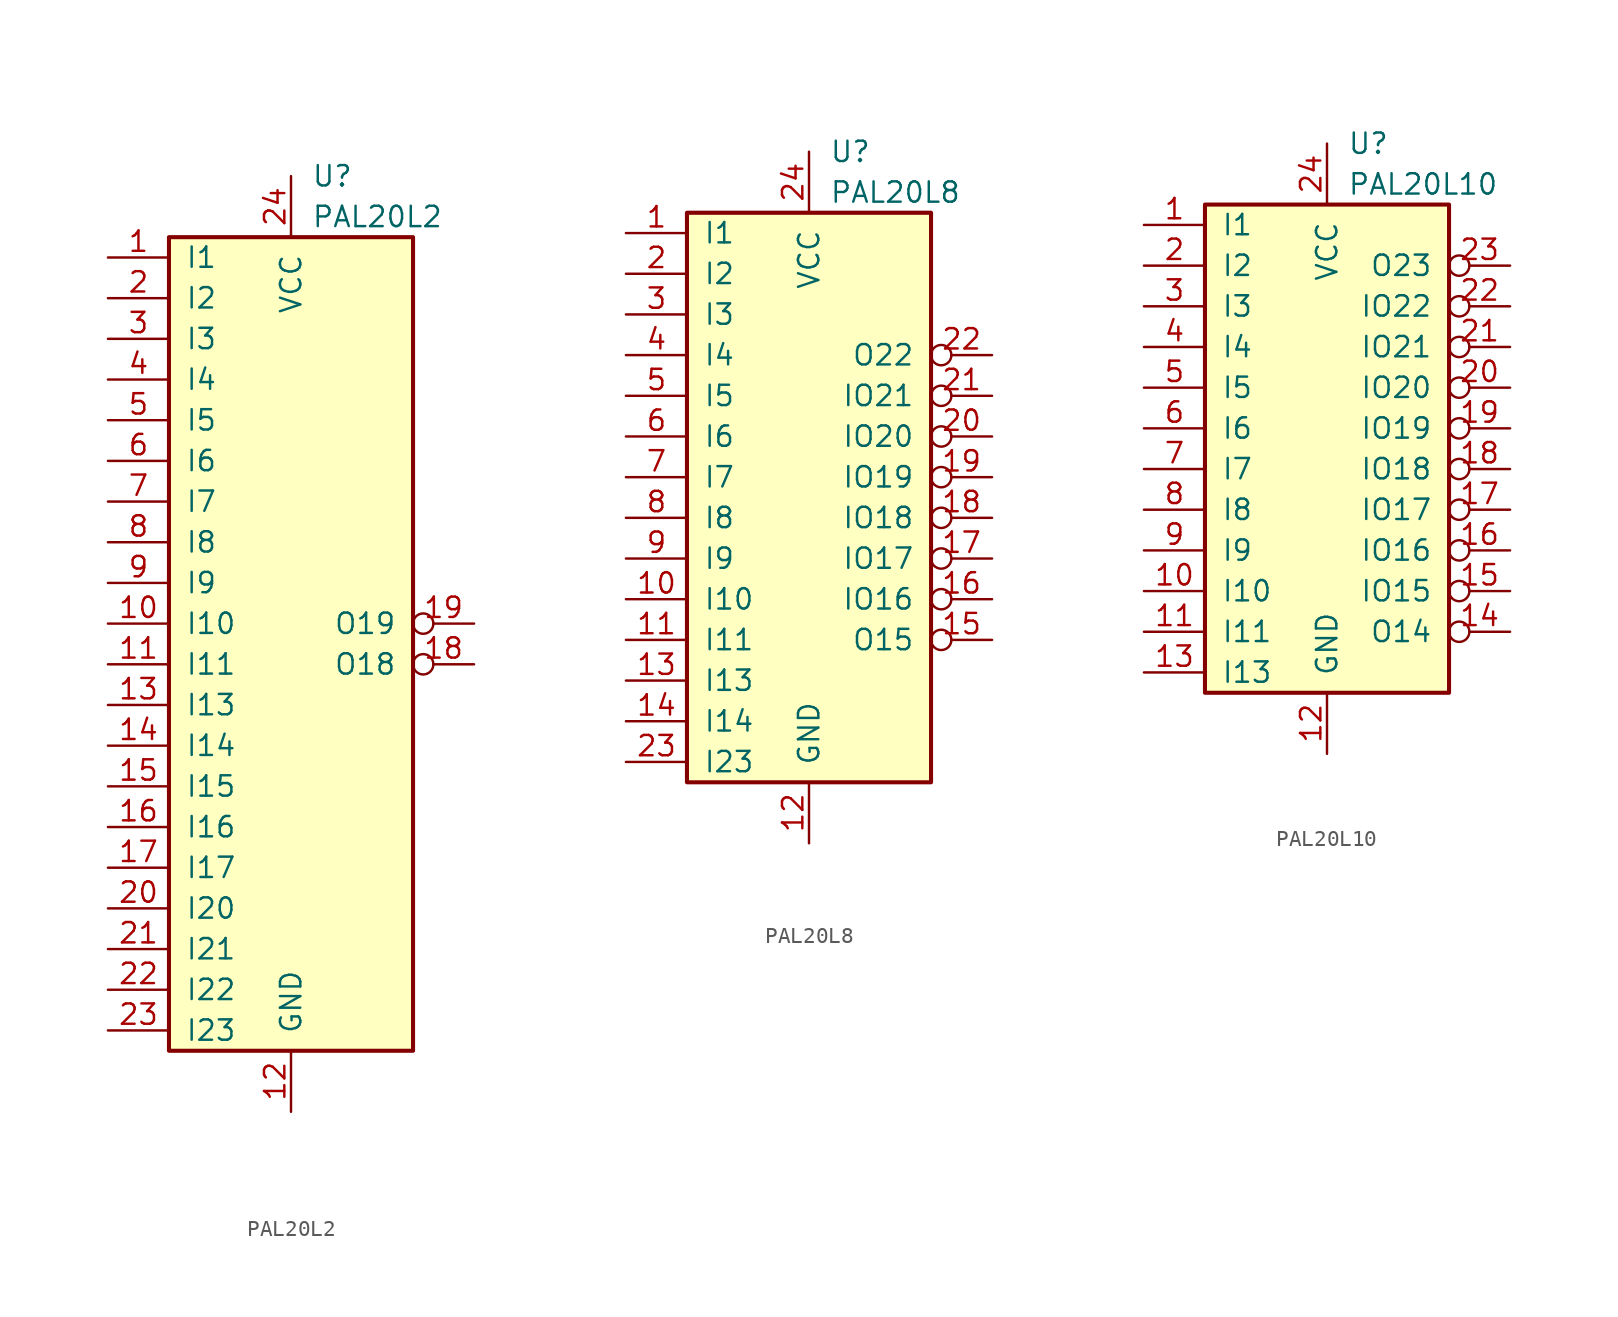
<source format=kicad_sym>
(kicad_symbol_lib
  (version 20220914)
  (generator kicad_symbol_editor)
  (symbol "PAL20L2"
    (pin_names
      (offset 1.016))
    (property "Reference" "U"
      (at 1.27 29.21 0)
      (do_not_autoplace)
      (effects (font (size 1.27 1.27)) (justify left)))
    (property "Value" "PAL20L2"
      (at 1.27 26.67 0)
      (do_not_autoplace)
      (effects (font (size 1.27 1.27)) (justify left)))
    (symbol "PAL20L2_0_0"
      (pin power_in line (at 0 -29.21 90) (length 3.81) (name "GND" (effects (font (size 1.27 1.27)))) (number "12" (effects (font (size 1.27 1.27)))))
      (pin power_in line (at 0 29.21 270) (length 3.81) (name "VCC" (effects (font (size 1.27 1.27)))) (number "24" (effects (font (size 1.27 1.27))))))
    (symbol "PAL20L2_0_1"
      (rectangle (start -7.62 25.4) (end 7.62 -25.4) (stroke (width 0.254) (type default)) (fill (type background))))
    (symbol "PAL20L2_1_1"
      (pin input line (at -11.43 24.13 0) (length 3.81) (name "I1" (effects (font (size 1.27 1.27)))) (number "1" (effects (font (size 1.27 1.27)))))
      (pin input line (at -11.43 1.27 0) (length 3.81) (name "I10" (effects (font (size 1.27 1.27)))) (number "10" (effects (font (size 1.27 1.27)))))
      (pin input line (at -11.43 -1.27 0) (length 3.81) (name "I11" (effects (font (size 1.27 1.27)))) (number "11" (effects (font (size 1.27 1.27)))))
      (pin input line (at -11.43 -3.81 0) (length 3.81) (name "I13" (effects (font (size 1.27 1.27)))) (number "13" (effects (font (size 1.27 1.27)))))
      (pin input line (at -11.43 -6.35 0) (length 3.81) (name "I14" (effects (font (size 1.27 1.27)))) (number "14" (effects (font (size 1.27 1.27)))))
      (pin input line (at -11.43 -8.89 0) (length 3.81) (name "I15" (effects (font (size 1.27 1.27)))) (number "15" (effects (font (size 1.27 1.27)))))
      (pin input line (at -11.43 -11.43 0) (length 3.81) (name "I16" (effects (font (size 1.27 1.27)))) (number "16" (effects (font (size 1.27 1.27)))))
      (pin input line (at -11.43 -13.97 0) (length 3.81) (name "I17" (effects (font (size 1.27 1.27)))) (number "17" (effects (font (size 1.27 1.27)))))
      (pin output inverted (at 11.43 -1.27 180) (length 3.81) (name "O18" (effects (font (size 1.27 1.27)))) (number "18" (effects (font (size 1.27 1.27)))))
      (pin output inverted (at 11.43 1.27 180) (length 3.81) (name "O19" (effects (font (size 1.27 1.27)))) (number "19" (effects (font (size 1.27 1.27)))))
      (pin input line (at -11.43 21.59 0) (length 3.81) (name "I2" (effects (font (size 1.27 1.27)))) (number "2" (effects (font (size 1.27 1.27)))))
      (pin input line (at -11.43 -16.51 0) (length 3.81) (name "I20" (effects (font (size 1.27 1.27)))) (number "20" (effects (font (size 1.27 1.27)))))
      (pin input line (at -11.43 -19.05 0) (length 3.81) (name "I21" (effects (font (size 1.27 1.27)))) (number "21" (effects (font (size 1.27 1.27)))))
      (pin input line (at -11.43 -21.59 0) (length 3.81) (name "I22" (effects (font (size 1.27 1.27)))) (number "22" (effects (font (size 1.27 1.27)))))
      (pin input line (at -11.43 -24.13 0) (length 3.81) (name "I23" (effects (font (size 1.27 1.27)))) (number "23" (effects (font (size 1.27 1.27)))))
      (pin input line (at -11.43 19.05 0) (length 3.81) (name "I3" (effects (font (size 1.27 1.27)))) (number "3" (effects (font (size 1.27 1.27)))))
      (pin input line (at -11.43 16.51 0) (length 3.81) (name "I4" (effects (font (size 1.27 1.27)))) (number "4" (effects (font (size 1.27 1.27)))))
      (pin input line (at -11.43 13.97 0) (length 3.81) (name "I5" (effects (font (size 1.27 1.27)))) (number "5" (effects (font (size 1.27 1.27)))))
      (pin input line (at -11.43 11.43 0) (length 3.81) (name "I6" (effects (font (size 1.27 1.27)))) (number "6" (effects (font (size 1.27 1.27)))))
      (pin input line (at -11.43 8.89 0) (length 3.81) (name "I7" (effects (font (size 1.27 1.27)))) (number "7" (effects (font (size 1.27 1.27)))))
      (pin input line (at -11.43 6.35 0) (length 3.81) (name "I8" (effects (font (size 1.27 1.27)))) (number "8" (effects (font (size 1.27 1.27)))))
      (pin input line (at -11.43 3.81 0) (length 3.81) (name "I9" (effects (font (size 1.27 1.27)))) (number "9" (effects (font (size 1.27 1.27)))))))
  (symbol "PAL20L8"
    (pin_names
      (offset 1.016))
    (property "Reference" "U"
      (at 1.27 21.59 0)
      (do_not_autoplace)
      (effects (font (size 1.27 1.27)) (justify left)))
    (property "Value" "PAL20L8"
      (at 1.27 19.05 0)
      (do_not_autoplace)
      (effects (font (size 1.27 1.27)) (justify left)))
    (symbol "PAL20L8_0_0"
      (pin power_in line (at 0 -21.59 90) (length 3.81) (name "GND" (effects (font (size 1.27 1.27)))) (number "12" (effects (font (size 1.27 1.27)))))
      (pin power_in line (at 0 21.59 270) (length 3.81) (name "VCC" (effects (font (size 1.27 1.27)))) (number "24" (effects (font (size 1.27 1.27))))))
    (symbol "PAL20L8_0_1"
      (rectangle (start -7.62 17.78) (end 7.62 -17.78) (stroke (width 0.254) (type default)) (fill (type background))))
    (symbol "PAL20L8_1_1"
      (pin input line (at -11.43 16.51 0) (length 3.81) (name "I1" (effects (font (size 1.27 1.27)))) (number "1" (effects (font (size 1.27 1.27)))))
      (pin input line (at -11.43 -6.35 0) (length 3.81) (name "I10" (effects (font (size 1.27 1.27)))) (number "10" (effects (font (size 1.27 1.27)))))
      (pin input line (at -11.43 -8.89 0) (length 3.81) (name "I11" (effects (font (size 1.27 1.27)))) (number "11" (effects (font (size 1.27 1.27)))))
      (pin input line (at -11.43 -11.43 0) (length 3.81) (name "I13" (effects (font (size 1.27 1.27)))) (number "13" (effects (font (size 1.27 1.27)))))
      (pin input line (at -11.43 -13.97 0) (length 3.81) (name "I14" (effects (font (size 1.27 1.27)))) (number "14" (effects (font (size 1.27 1.27)))))
      (pin output inverted (at 11.43 -8.89 180) (length 3.81) (name "O15" (effects (font (size 1.27 1.27)))) (number "15" (effects (font (size 1.27 1.27)))))
      (pin tri_state inverted (at 11.43 -6.35 180) (length 3.81) (name "IO16" (effects (font (size 1.27 1.27)))) (number "16" (effects (font (size 1.27 1.27)))))
      (pin tri_state inverted (at 11.43 -3.81 180) (length 3.81) (name "IO17" (effects (font (size 1.27 1.27)))) (number "17" (effects (font (size 1.27 1.27)))))
      (pin tri_state inverted (at 11.43 -1.27 180) (length 3.81) (name "IO18" (effects (font (size 1.27 1.27)))) (number "18" (effects (font (size 1.27 1.27)))))
      (pin tri_state inverted (at 11.43 1.27 180) (length 3.81) (name "IO19" (effects (font (size 1.27 1.27)))) (number "19" (effects (font (size 1.27 1.27)))))
      (pin input line (at -11.43 13.97 0) (length 3.81) (name "I2" (effects (font (size 1.27 1.27)))) (number "2" (effects (font (size 1.27 1.27)))))
      (pin tri_state inverted (at 11.43 3.81 180) (length 3.81) (name "IO20" (effects (font (size 1.27 1.27)))) (number "20" (effects (font (size 1.27 1.27)))))
      (pin tri_state inverted (at 11.43 6.35 180) (length 3.81) (name "IO21" (effects (font (size 1.27 1.27)))) (number "21" (effects (font (size 1.27 1.27)))))
      (pin output inverted (at 11.43 8.89 180) (length 3.81) (name "O22" (effects (font (size 1.27 1.27)))) (number "22" (effects (font (size 1.27 1.27)))))
      (pin input line (at -11.43 -16.51 0) (length 3.81) (name "I23" (effects (font (size 1.27 1.27)))) (number "23" (effects (font (size 1.27 1.27)))))
      (pin input line (at -11.43 11.43 0) (length 3.81) (name "I3" (effects (font (size 1.27 1.27)))) (number "3" (effects (font (size 1.27 1.27)))))
      (pin input line (at -11.43 8.89 0) (length 3.81) (name "I4" (effects (font (size 1.27 1.27)))) (number "4" (effects (font (size 1.27 1.27)))))
      (pin input line (at -11.43 6.35 0) (length 3.81) (name "I5" (effects (font (size 1.27 1.27)))) (number "5" (effects (font (size 1.27 1.27)))))
      (pin input line (at -11.43 3.81 0) (length 3.81) (name "I6" (effects (font (size 1.27 1.27)))) (number "6" (effects (font (size 1.27 1.27)))))
      (pin input line (at -11.43 1.27 0) (length 3.81) (name "I7" (effects (font (size 1.27 1.27)))) (number "7" (effects (font (size 1.27 1.27)))))
      (pin input line (at -11.43 -1.27 0) (length 3.81) (name "I8" (effects (font (size 1.27 1.27)))) (number "8" (effects (font (size 1.27 1.27)))))
      (pin input line (at -11.43 -3.81 0) (length 3.81) (name "I9" (effects (font (size 1.27 1.27)))) (number "9" (effects (font (size 1.27 1.27)))))))
  (symbol "PAL20L10"
    (pin_names
      (offset 1.016))
    (property "Reference" "U"
      (at 1.27 19.05 0)
      (do_not_autoplace)
      (effects (font (size 1.27 1.27)) (justify left)))
    (property "Value" "PAL20L10"
      (at 1.27 16.51 0)
      (do_not_autoplace)
      (effects (font (size 1.27 1.27)) (justify left)))
    (symbol "PAL20L10_0_0"
      (pin power_in line (at 0 -19.05 90) (length 3.81) (name "GND" (effects (font (size 1.27 1.27)))) (number "12" (effects (font (size 1.27 1.27)))))
      (pin power_in line (at 0 19.05 270) (length 3.81) (name "VCC" (effects (font (size 1.27 1.27)))) (number "24" (effects (font (size 1.27 1.27))))))
    (symbol "PAL20L10_0_1"
      (rectangle (start -7.62 15.24) (end 7.62 -15.24) (stroke (width 0.254) (type default)) (fill (type background))))
    (symbol "PAL20L10_1_1"
      (pin input line (at -11.43 13.97 0) (length 3.81) (name "I1" (effects (font (size 1.27 1.27)))) (number "1" (effects (font (size 1.27 1.27)))))
      (pin input line (at -11.43 -8.89 0) (length 3.81) (name "I10" (effects (font (size 1.27 1.27)))) (number "10" (effects (font (size 1.27 1.27)))))
      (pin input line (at -11.43 -11.43 0) (length 3.81) (name "I11" (effects (font (size 1.27 1.27)))) (number "11" (effects (font (size 1.27 1.27)))))
      (pin input line (at -11.43 -13.97 0) (length 3.81) (name "I13" (effects (font (size 1.27 1.27)))) (number "13" (effects (font (size 1.27 1.27)))))
      (pin output inverted (at 11.43 -11.43 180) (length 3.81) (name "O14" (effects (font (size 1.27 1.27)))) (number "14" (effects (font (size 1.27 1.27)))))
      (pin tri_state inverted (at 11.43 -8.89 180) (length 3.81) (name "IO15" (effects (font (size 1.27 1.27)))) (number "15" (effects (font (size 1.27 1.27)))))
      (pin tri_state inverted (at 11.43 -6.35 180) (length 3.81) (name "IO16" (effects (font (size 1.27 1.27)))) (number "16" (effects (font (size 1.27 1.27)))))
      (pin tri_state inverted (at 11.43 -3.81 180) (length 3.81) (name "IO17" (effects (font (size 1.27 1.27)))) (number "17" (effects (font (size 1.27 1.27)))))
      (pin tri_state inverted (at 11.43 -1.27 180) (length 3.81) (name "IO18" (effects (font (size 1.27 1.27)))) (number "18" (effects (font (size 1.27 1.27)))))
      (pin tri_state inverted (at 11.43 1.27 180) (length 3.81) (name "IO19" (effects (font (size 1.27 1.27)))) (number "19" (effects (font (size 1.27 1.27)))))
      (pin input line (at -11.43 11.43 0) (length 3.81) (name "I2" (effects (font (size 1.27 1.27)))) (number "2" (effects (font (size 1.27 1.27)))))
      (pin tri_state inverted (at 11.43 3.81 180) (length 3.81) (name "IO20" (effects (font (size 1.27 1.27)))) (number "20" (effects (font (size 1.27 1.27)))))
      (pin tri_state inverted (at 11.43 6.35 180) (length 3.81) (name "IO21" (effects (font (size 1.27 1.27)))) (number "21" (effects (font (size 1.27 1.27)))))
      (pin tri_state inverted (at 11.43 8.89 180) (length 3.81) (name "IO22" (effects (font (size 1.27 1.27)))) (number "22" (effects (font (size 1.27 1.27)))))
      (pin output inverted (at 11.43 11.43 180) (length 3.81) (name "O23" (effects (font (size 1.27 1.27)))) (number "23" (effects (font (size 1.27 1.27)))))
      (pin input line (at -11.43 8.89 0) (length 3.81) (name "I3" (effects (font (size 1.27 1.27)))) (number "3" (effects (font (size 1.27 1.27)))))
      (pin input line (at -11.43 6.35 0) (length 3.81) (name "I4" (effects (font (size 1.27 1.27)))) (number "4" (effects (font (size 1.27 1.27)))))
      (pin input line (at -11.43 3.81 0) (length 3.81) (name "I5" (effects (font (size 1.27 1.27)))) (number "5" (effects (font (size 1.27 1.27)))))
      (pin input line (at -11.43 1.27 0) (length 3.81) (name "I6" (effects (font (size 1.27 1.27)))) (number "6" (effects (font (size 1.27 1.27)))))
      (pin input line (at -11.43 -1.27 0) (length 3.81) (name "I7" (effects (font (size 1.27 1.27)))) (number "7" (effects (font (size 1.27 1.27)))))
      (pin input line (at -11.43 -3.81 0) (length 3.81) (name "I8" (effects (font (size 1.27 1.27)))) (number "8" (effects (font (size 1.27 1.27)))))
      (pin input line (at -11.43 -6.35 0) (length 3.81) (name "I9" (effects (font (size 1.27 1.27)))) (number "9" (effects (font (size 1.27 1.27))))))))
</source>
